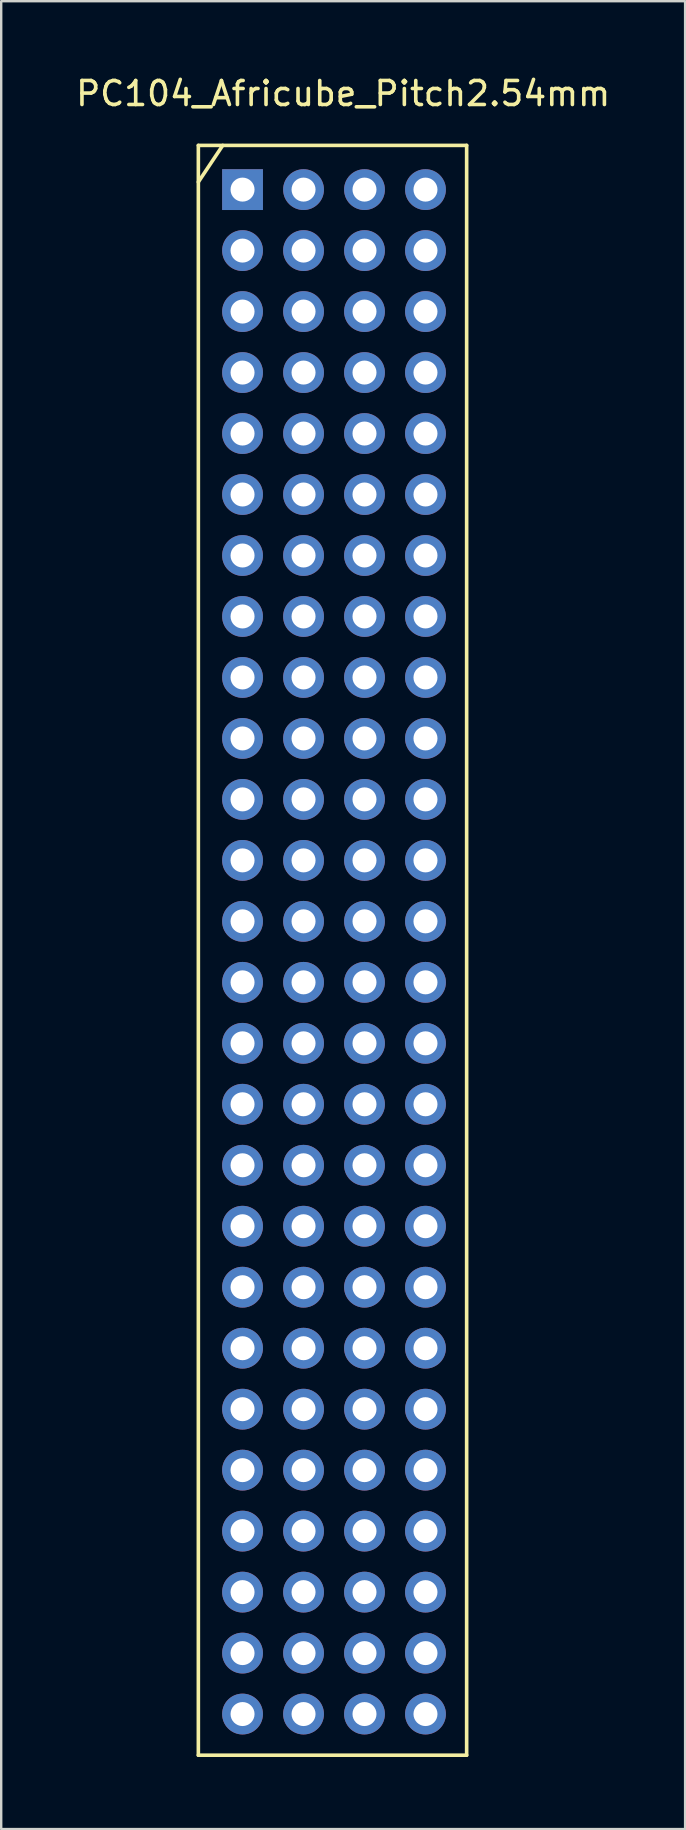
<source format=kicad_pcb>
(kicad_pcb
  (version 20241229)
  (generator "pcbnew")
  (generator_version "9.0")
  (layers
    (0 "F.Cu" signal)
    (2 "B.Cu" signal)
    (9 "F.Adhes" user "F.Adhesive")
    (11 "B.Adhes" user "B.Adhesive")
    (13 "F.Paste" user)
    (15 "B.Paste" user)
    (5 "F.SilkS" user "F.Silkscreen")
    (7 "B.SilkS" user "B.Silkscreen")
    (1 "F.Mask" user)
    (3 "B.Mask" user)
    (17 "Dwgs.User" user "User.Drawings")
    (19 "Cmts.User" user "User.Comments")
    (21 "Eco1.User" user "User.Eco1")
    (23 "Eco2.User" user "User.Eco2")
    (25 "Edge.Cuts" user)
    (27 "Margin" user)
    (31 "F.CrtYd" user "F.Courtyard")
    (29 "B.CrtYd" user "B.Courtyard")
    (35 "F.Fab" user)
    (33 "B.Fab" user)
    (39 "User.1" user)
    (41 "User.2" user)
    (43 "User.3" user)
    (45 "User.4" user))
  (footprint "PC104_Africube_Pitch2.54mm"
    (layer "F.Cu")
    (at 10.8 32.725)
    (property "Reference" "PC104_Africube_Pitch2.54mm" (at 0.445 -31.877 0) (layer "F.SilkS") (effects (font (size 1 1) (thickness 0.15))))
    (attr through_hole)
    (fp_line (start -5.588 -29.718) (end 5.588 -29.718) (stroke (width 0.15) (type solid)) (layer "F.SilkS"))
    (fp_line (start -5.588 37.338) (end -5.588 -29.718) (stroke (width 0.15) (type solid)) (layer "F.SilkS"))
    (fp_line (start -4.572 -29.718) (end -5.588 -28.194) (stroke (width 0.15) (type solid)) (layer "F.SilkS"))
    (fp_line (start 5.588 -29.718) (end 5.588 37.338) (stroke (width 0.15) (type solid)) (layer "F.SilkS"))
    (fp_line (start 5.588 37.338) (end -5.588 37.338) (stroke (width 0.15) (type solid)) (layer "F.SilkS"))
    (pad "1" thru_hole rect (at -3.747 -27.877) (size 1.7 1.7) (drill 1) (layers "*.Cu" "*.Mask"))
    (pad "2" thru_hole oval (at -1.206 -27.877) (size 1.7 1.7) (drill 1) (layers "*.Cu" "*.Mask"))
    (pad "3" thru_hole oval (at 1.333 -27.877) (size 1.7 1.7) (drill 1) (layers "*.Cu" "*.Mask"))
    (pad "4" thru_hole oval (at 3.873 -27.877) (size 1.7 1.7) (drill 1) (layers "*.Cu" "*.Mask"))
    (pad "5" thru_hole oval (at -3.747 -25.337) (size 1.7 1.7) (drill 1) (layers "*.Cu" "*.Mask"))
    (pad "6" thru_hole oval (at -1.206 -25.337) (size 1.7 1.7) (drill 1) (layers "*.Cu" "*.Mask"))
    (pad "7" thru_hole oval (at 1.333 -25.337) (size 1.7 1.7) (drill 1) (layers "*.Cu" "*.Mask"))
    (pad "8" thru_hole oval (at 3.873 -25.337) (size 1.7 1.7) (drill 1) (layers "*.Cu" "*.Mask"))
    (pad "9" thru_hole oval (at -3.747 -22.797) (size 1.7 1.7) (drill 1) (layers "*.Cu" "*.Mask"))
    (pad "10" thru_hole oval (at -1.206 -22.797) (size 1.7 1.7) (drill 1) (layers "*.Cu" "*.Mask"))
    (pad "11" thru_hole oval (at 1.333 -22.797) (size 1.7 1.7) (drill 1) (layers "*.Cu" "*.Mask"))
    (pad "12" thru_hole oval (at 3.873 -22.797) (size 1.7 1.7) (drill 1) (layers "*.Cu" "*.Mask"))
    (pad "13" thru_hole oval (at -3.747 -20.256) (size 1.7 1.7) (drill 1) (layers "*.Cu" "*.Mask"))
    (pad "14" thru_hole oval (at -1.206 -20.256) (size 1.7 1.7) (drill 1) (layers "*.Cu" "*.Mask"))
    (pad "15" thru_hole oval (at 1.333 -20.256) (size 1.7 1.7) (drill 1) (layers "*.Cu" "*.Mask"))
    (pad "16" thru_hole oval (at 3.873 -20.256) (size 1.7 1.7) (drill 1) (layers "*.Cu" "*.Mask"))
    (pad "17" thru_hole oval (at -3.747 -17.716) (size 1.7 1.7) (drill 1) (layers "*.Cu" "*.Mask"))
    (pad "18" thru_hole oval (at -1.206 -17.716) (size 1.7 1.7) (drill 1) (layers "*.Cu" "*.Mask"))
    (pad "19" thru_hole oval (at 1.333 -17.716) (size 1.7 1.7) (drill 1) (layers "*.Cu" "*.Mask"))
    (pad "20" thru_hole oval (at 3.873 -17.716) (size 1.7 1.7) (drill 1) (layers "*.Cu" "*.Mask"))
    (pad "21" thru_hole oval (at -3.747 -15.177) (size 1.7 1.7) (drill 1) (layers "*.Cu" "*.Mask"))
    (pad "22" thru_hole oval (at -1.206 -15.177) (size 1.7 1.7) (drill 1) (layers "*.Cu" "*.Mask"))
    (pad "23" thru_hole oval (at 1.333 -15.177) (size 1.7 1.7) (drill 1) (layers "*.Cu" "*.Mask"))
    (pad "24" thru_hole oval (at 3.873 -15.177) (size 1.7 1.7) (drill 1) (layers "*.Cu" "*.Mask"))
    (pad "25" thru_hole oval (at -3.747 -12.636) (size 1.7 1.7) (drill 1) (layers "*.Cu" "*.Mask"))
    (pad "26" thru_hole oval (at -1.206 -12.636) (size 1.7 1.7) (drill 1) (layers "*.Cu" "*.Mask"))
    (pad "27" thru_hole oval (at 1.333 -12.636) (size 1.7 1.7) (drill 1) (layers "*.Cu" "*.Mask"))
    (pad "28" thru_hole oval (at 3.873 -12.636) (size 1.7 1.7) (drill 1) (layers "*.Cu" "*.Mask"))
    (pad "29" thru_hole oval (at -3.747 -10.097) (size 1.7 1.7) (drill 1) (layers "*.Cu" "*.Mask"))
    (pad "30" thru_hole oval (at -1.206 -10.097) (size 1.7 1.7) (drill 1) (layers "*.Cu" "*.Mask"))
    (pad "31" thru_hole oval (at 1.333 -10.097) (size 1.7 1.7) (drill 1) (layers "*.Cu" "*.Mask"))
    (pad "32" thru_hole oval (at 3.873 -10.097) (size 1.7 1.7) (drill 1) (layers "*.Cu" "*.Mask"))
    (pad "33" thru_hole oval (at -3.747 -7.556) (size 1.7 1.7) (drill 1) (layers "*.Cu" "*.Mask"))
    (pad "34" thru_hole oval (at -1.206 -7.556) (size 1.7 1.7) (drill 1) (layers "*.Cu" "*.Mask"))
    (pad "35" thru_hole oval (at 1.333 -7.556) (size 1.7 1.7) (drill 1) (layers "*.Cu" "*.Mask"))
    (pad "36" thru_hole oval (at 3.873 -7.556) (size 1.7 1.7) (drill 1) (layers "*.Cu" "*.Mask"))
    (pad "37" thru_hole oval (at -3.747 -5.016) (size 1.7 1.7) (drill 1) (layers "*.Cu" "*.Mask"))
    (pad "38" thru_hole oval (at -1.206 -5.016) (size 1.7 1.7) (drill 1) (layers "*.Cu" "*.Mask"))
    (pad "39" thru_hole oval (at 1.333 -5.016) (size 1.7 1.7) (drill 1) (layers "*.Cu" "*.Mask"))
    (pad "40" thru_hole oval (at 3.873 -5.016) (size 1.7 1.7) (drill 1) (layers "*.Cu" "*.Mask"))
    (pad "41" thru_hole oval (at -3.747 -2.477) (size 1.7 1.7) (drill 1) (layers "*.Cu" "*.Mask"))
    (pad "42" thru_hole oval (at -1.206 -2.477) (size 1.7 1.7) (drill 1) (layers "*.Cu" "*.Mask"))
    (pad "43" thru_hole oval (at 1.333 -2.477) (size 1.7 1.7) (drill 1) (layers "*.Cu" "*.Mask"))
    (pad "44" thru_hole oval (at 3.873 -2.477) (size 1.7 1.7) (drill 1) (layers "*.Cu" "*.Mask"))
    (pad "45" thru_hole oval (at -3.747 0.064) (size 1.7 1.7) (drill 1) (layers "*.Cu" "*.Mask"))
    (pad "46" thru_hole oval (at -1.206 0.064) (size 1.7 1.7) (drill 1) (layers "*.Cu" "*.Mask"))
    (pad "47" thru_hole oval (at 1.333 0.064) (size 1.7 1.7) (drill 1) (layers "*.Cu" "*.Mask"))
    (pad "48" thru_hole oval (at 3.873 0.064) (size 1.7 1.7) (drill 1) (layers "*.Cu" "*.Mask"))
    (pad "49" thru_hole oval (at -3.747 2.603) (size 1.7 1.7) (drill 1) (layers "*.Cu" "*.Mask"))
    (pad "50" thru_hole oval (at -1.206 2.603) (size 1.7 1.7) (drill 1) (layers "*.Cu" "*.Mask"))
    (pad "51" thru_hole oval (at 1.333 2.603) (size 1.7 1.7) (drill 1) (layers "*.Cu" "*.Mask"))
    (pad "52" thru_hole oval (at 3.873 2.603) (size 1.7 1.7) (drill 1) (layers "*.Cu" "*.Mask"))
    (pad "53" thru_hole oval (at -3.747 5.144) (size 1.7 1.7) (drill 1) (layers "*.Cu" "*.Mask"))
    (pad "54" thru_hole oval (at -1.206 5.144) (size 1.7 1.7) (drill 1) (layers "*.Cu" "*.Mask"))
    (pad "55" thru_hole oval (at 1.333 5.144) (size 1.7 1.7) (drill 1) (layers "*.Cu" "*.Mask"))
    (pad "56" thru_hole oval (at 3.873 5.144) (size 1.7 1.7) (drill 1) (layers "*.Cu" "*.Mask"))
    (pad "57" thru_hole oval (at -3.747 7.684) (size 1.7 1.7) (drill 1) (layers "*.Cu" "*.Mask"))
    (pad "58" thru_hole oval (at -1.206 7.684) (size 1.7 1.7) (drill 1) (layers "*.Cu" "*.Mask"))
    (pad "59" thru_hole oval (at 1.333 7.684) (size 1.7 1.7) (drill 1) (layers "*.Cu" "*.Mask"))
    (pad "60" thru_hole oval (at 3.873 7.684) (size 1.7 1.7) (drill 1) (layers "*.Cu" "*.Mask"))
    (pad "61" thru_hole oval (at -3.747 10.223) (size 1.7 1.7) (drill 1) (layers "*.Cu" "*.Mask"))
    (pad "62" thru_hole oval (at -1.206 10.223) (size 1.7 1.7) (drill 1) (layers "*.Cu" "*.Mask"))
    (pad "63" thru_hole oval (at 1.333 10.223) (size 1.7 1.7) (drill 1) (layers "*.Cu" "*.Mask"))
    (pad "64" thru_hole oval (at 3.873 10.223) (size 1.7 1.7) (drill 1) (layers "*.Cu" "*.Mask"))
    (pad "65" thru_hole oval (at -3.747 12.764) (size 1.7 1.7) (drill 1) (layers "*.Cu" "*.Mask"))
    (pad "66" thru_hole oval (at -1.206 12.764) (size 1.7 1.7) (drill 1) (layers "*.Cu" "*.Mask"))
    (pad "67" thru_hole oval (at 1.333 12.764) (size 1.7 1.7) (drill 1) (layers "*.Cu" "*.Mask"))
    (pad "68" thru_hole oval (at 3.873 12.764) (size 1.7 1.7) (drill 1) (layers "*.Cu" "*.Mask"))
    (pad "69" thru_hole oval (at -3.747 15.303) (size 1.7 1.7) (drill 1) (layers "*.Cu" "*.Mask"))
    (pad "70" thru_hole oval (at -1.206 15.303) (size 1.7 1.7) (drill 1) (layers "*.Cu" "*.Mask"))
    (pad "71" thru_hole oval (at 1.333 15.303) (size 1.7 1.7) (drill 1) (layers "*.Cu" "*.Mask"))
    (pad "72" thru_hole oval (at 3.873 15.303) (size 1.7 1.7) (drill 1) (layers "*.Cu" "*.Mask"))
    (pad "73" thru_hole oval (at -3.747 17.843) (size 1.7 1.7) (drill 1) (layers "*.Cu" "*.Mask"))
    (pad "74" thru_hole oval (at -1.206 17.843) (size 1.7 1.7) (drill 1) (layers "*.Cu" "*.Mask"))
    (pad "75" thru_hole oval (at 1.333 17.843) (size 1.7 1.7) (drill 1) (layers "*.Cu" "*.Mask"))
    (pad "76" thru_hole oval (at 3.873 17.843) (size 1.7 1.7) (drill 1) (layers "*.Cu" "*.Mask"))
    (pad "77" thru_hole oval (at -3.747 20.384) (size 1.7 1.7) (drill 1) (layers "*.Cu" "*.Mask"))
    (pad "78" thru_hole oval (at -1.206 20.384) (size 1.7 1.7) (drill 1) (layers "*.Cu" "*.Mask"))
    (pad "79" thru_hole oval (at 1.333 20.384) (size 1.7 1.7) (drill 1) (layers "*.Cu" "*.Mask"))
    (pad "80" thru_hole oval (at 3.873 20.384) (size 1.7 1.7) (drill 1) (layers "*.Cu" "*.Mask"))
    (pad "81" thru_hole oval (at -3.747 22.924) (size 1.7 1.7) (drill 1) (layers "*.Cu" "*.Mask"))
    (pad "82" thru_hole oval (at -1.206 22.924) (size 1.7 1.7) (drill 1) (layers "*.Cu" "*.Mask"))
    (pad "83" thru_hole oval (at 1.333 22.924) (size 1.7 1.7) (drill 1) (layers "*.Cu" "*.Mask"))
    (pad "84" thru_hole oval (at 3.873 22.924) (size 1.7 1.7) (drill 1) (layers "*.Cu" "*.Mask"))
    (pad "85" thru_hole oval (at -3.747 25.463) (size 1.7 1.7) (drill 1) (layers "*.Cu" "*.Mask"))
    (pad "86" thru_hole oval (at -1.206 25.463) (size 1.7 1.7) (drill 1) (layers "*.Cu" "*.Mask"))
    (pad "87" thru_hole oval (at 1.333 25.463) (size 1.7 1.7) (drill 1) (layers "*.Cu" "*.Mask"))
    (pad "88" thru_hole oval (at 3.873 25.463) (size 1.7 1.7) (drill 1) (layers "*.Cu" "*.Mask"))
    (pad "89" thru_hole oval (at -3.747 28.003) (size 1.7 1.7) (drill 1) (layers "*.Cu" "*.Mask"))
    (pad "90" thru_hole oval (at -1.206 28.003) (size 1.7 1.7) (drill 1) (layers "*.Cu" "*.Mask"))
    (pad "91" thru_hole oval (at 1.333 28.003) (size 1.7 1.7) (drill 1) (layers "*.Cu" "*.Mask"))
    (pad "92" thru_hole oval (at 3.873 28.003) (size 1.7 1.7) (drill 1) (layers "*.Cu" "*.Mask"))
    (pad "93" thru_hole oval (at -3.747 30.544) (size 1.7 1.7) (drill 1) (layers "*.Cu" "*.Mask"))
    (pad "94" thru_hole oval (at -1.206 30.544) (size 1.7 1.7) (drill 1) (layers "*.Cu" "*.Mask"))
    (pad "95" thru_hole oval (at 1.333 30.544) (size 1.7 1.7) (drill 1) (layers "*.Cu" "*.Mask"))
    (pad "96" thru_hole oval (at 3.873 30.544) (size 1.7 1.7) (drill 1) (layers "*.Cu" "*.Mask"))
    (pad "97" thru_hole oval (at -3.747 33.084) (size 1.7 1.7) (drill 1) (layers "*.Cu" "*.Mask"))
    (pad "98" thru_hole oval (at -1.206 33.084) (size 1.7 1.7) (drill 1) (layers "*.Cu" "*.Mask"))
    (pad "99" thru_hole oval (at 1.333 33.084) (size 1.7 1.7) (drill 1) (layers "*.Cu" "*.Mask"))
    (pad "100" thru_hole oval (at 3.873 33.084) (size 1.7 1.7) (drill 1) (layers "*.Cu" "*.Mask"))
    (pad "101" thru_hole oval (at -3.747 35.623) (size 1.7 1.7) (drill 1) (layers "*.Cu" "*.Mask"))
    (pad "102" thru_hole oval (at -1.206 35.623) (size 1.7 1.7) (drill 1) (layers "*.Cu" "*.Mask"))
    (pad "103" thru_hole oval (at 1.333 35.623) (size 1.7 1.7) (drill 1) (layers "*.Cu" "*.Mask"))
    (pad "104" thru_hole oval (at 3.873 35.623) (size 1.7 1.7) (drill 1) (layers "*.Cu" "*.Mask")))
  (gr_rect
    (start -3 -3)
    (end 25.488 73.138)
    (stroke (width 0.1) (type default))
    (fill no)
    (layer "Edge.Cuts")))
</source>
